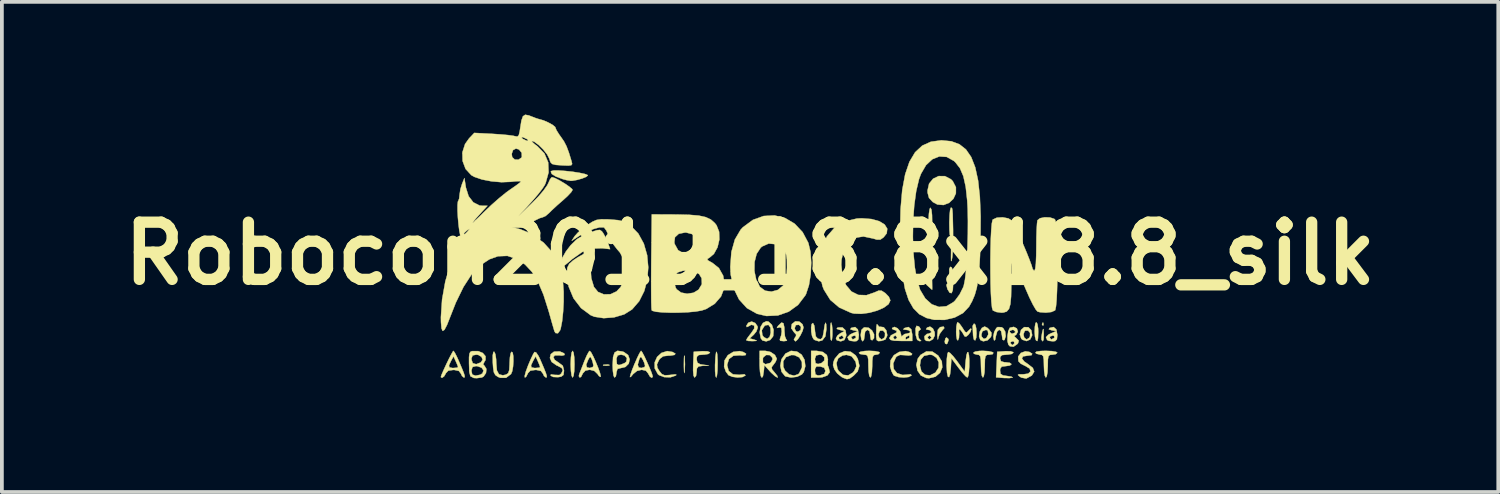
<source format=kicad_pcb>
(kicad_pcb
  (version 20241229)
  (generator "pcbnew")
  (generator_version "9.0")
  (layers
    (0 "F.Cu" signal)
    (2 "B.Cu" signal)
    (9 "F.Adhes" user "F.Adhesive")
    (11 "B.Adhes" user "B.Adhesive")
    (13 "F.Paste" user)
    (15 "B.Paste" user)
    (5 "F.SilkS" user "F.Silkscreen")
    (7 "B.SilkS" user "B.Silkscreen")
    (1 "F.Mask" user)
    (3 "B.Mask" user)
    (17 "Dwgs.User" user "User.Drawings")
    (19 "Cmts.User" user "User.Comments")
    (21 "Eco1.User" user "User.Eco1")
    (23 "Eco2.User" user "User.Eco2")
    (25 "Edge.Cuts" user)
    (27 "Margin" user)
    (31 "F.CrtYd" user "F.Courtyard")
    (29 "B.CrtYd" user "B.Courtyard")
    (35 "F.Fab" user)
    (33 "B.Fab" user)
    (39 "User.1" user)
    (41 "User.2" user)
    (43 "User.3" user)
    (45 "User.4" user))
  (footprint "Robocon2019_18.8x18.8_silk"
    (layer "F.Cu")
    (at 16.916 3.698)
    (property "Reference" "Robocon2019_18.8x18.8_silk" (at 0 0 0) (layer "F.SilkS") (effects (font (size 1.524 1.524) (thickness 0.3))))
    (attr through_hole)
    (fp_poly (pts (xy 7.806 1.846) (xy 7.812 1.906) (xy 7.806 1.913) (xy 7.776 1.906) (xy 7.772 1.88) (xy 7.791 1.838) (xy 7.806 1.846)) (stroke (width 0.01) (type solid)) (fill yes) (layer "F.SilkS"))
    (fp_poly (pts (xy -3.746 2.964) (xy -3.744 2.981) (xy -3.823 2.987) (xy -3.835 2.987) (xy -3.914 2.98) (xy -3.907 2.965) (xy -3.898 2.962) (xy -3.787 2.955) (xy -3.746 2.964)) (stroke (width 0.01) (type solid)) (fill yes) (layer "F.SilkS"))
    (fp_poly (pts (xy 5.278 2.276) (xy 5.283 2.308) (xy 5.252 2.395) (xy 5.232 2.413) (xy 5.192 2.397) (xy 5.182 2.34) (xy 5.202 2.256) (xy 5.232 2.235) (xy 5.278 2.276)) (stroke (width 0.01) (type solid)) (fill yes) (layer "F.SilkS"))
    (fp_poly (pts (xy 7.816 2.097) (xy 7.817 2.146) (xy 7.814 2.289) (xy 7.792 2.337) (xy 7.759 2.299) (xy 7.756 2.227) (xy 7.775 2.108) (xy 7.799 2.015) (xy 7.81 2.009) (xy 7.816 2.097)) (stroke (width 0.01) (type solid)) (fill yes) (layer "F.SilkS"))
    (fp_poly (pts (xy -1.744 2.729) (xy -1.741 2.756) (xy -1.733 2.947) (xy -1.741 3.137) (xy -1.75 3.182) (xy -1.757 3.135) (xy -1.761 3.009) (xy -1.761 2.946) (xy -1.759 2.794) (xy -1.753 2.718) (xy -1.744 2.729)) (stroke (width 0.01) (type solid)) (fill yes) (layer "F.SilkS"))
    (fp_poly (pts (xy 2.18 1.906) (xy 2.191 2.031) (xy 2.191 2.171) (xy 2.181 2.283) (xy 2.167 2.32) (xy 2.149 2.294) (xy 2.137 2.191) (xy 2.134 2.083) (xy 2.138 1.938) (xy 2.149 1.85) (xy 2.159 1.837) (xy 2.18 1.906)) (stroke (width 0.01) (type solid)) (fill yes) (layer "F.SilkS"))
    (fp_poly (pts (xy 5.171 1.986) (xy 5.118 2.045) (xy 5.046 2.143) (xy 5.014 2.235) (xy 4.999 2.294) (xy 4.99 2.258) (xy 4.985 2.177) (xy 4.999 2.03) (xy 5.059 1.961) (xy 5.062 1.96) (xy 5.154 1.946) (xy 5.171 1.986)) (stroke (width 0.01) (type solid)) (fill yes) (layer "F.SilkS"))
    (fp_poly (pts (xy 7.649 1.875) (xy 7.668 1.993) (xy 7.671 2.083) (xy 7.665 2.255) (xy 7.647 2.331) (xy 7.616 2.316) (xy 7.606 2.299) (xy 7.584 2.211) (xy 7.576 2.082) (xy 7.581 1.951) (xy 7.598 1.855) (xy 7.618 1.829) (xy 7.649 1.875)) (stroke (width 0.01) (type solid)) (fill yes) (layer "F.SilkS"))
    (fp_poly (pts (xy -0.873 2.688) (xy -0.864 2.86) (xy -0.864 2.938) (xy -0.868 3.116) (xy -0.881 3.245) (xy -0.899 3.301) (xy -0.902 3.302) (xy -0.92 3.256) (xy -0.931 3.134) (xy -0.932 2.968) (xy -0.921 2.756) (xy -0.905 2.638) (xy -0.888 2.615) (xy -0.873 2.688)) (stroke (width 0.01) (type solid)) (fill yes) (layer "F.SilkS"))
    (fp_poly (pts (xy 6 1.902) (xy 6.021 2.001) (xy 6.028 2.127) (xy 6.02 2.242) (xy 5.994 2.311) (xy 5.99 2.314) (xy 5.958 2.289) (xy 5.938 2.192) (xy 5.936 2.162) (xy 5.93 2.027) (xy 5.924 1.936) (xy 5.923 1.93) (xy 5.957 1.871) (xy 5.968 1.867) (xy 6 1.902)) (stroke (width 0.01) (type solid)) (fill yes) (layer "F.SilkS"))
    (fp_poly (pts (xy 4.493 1.944) (xy 4.511 1.961) (xy 4.543 2.019) (xy 4.523 2.032) (xy 4.482 2.072) (xy 4.472 2.162) (xy 4.492 2.255) (xy 4.534 2.303) (xy 4.556 2.326) (xy 4.514 2.333) (xy 4.448 2.298) (xy 4.412 2.177) (xy 4.41 2.158) (xy 4.404 1.998) (xy 4.433 1.925) (xy 4.493 1.944)) (stroke (width 0.01) (type solid)) (fill yes) (layer "F.SilkS"))
    (fp_poly (pts (xy -4.698 2.638) (xy -4.68 2.764) (xy -4.674 2.946) (xy -4.674 2.946) (xy -4.68 3.129) (xy -4.698 3.255) (xy -4.724 3.302) (xy -4.724 3.302) (xy -4.75 3.255) (xy -4.768 3.129) (xy -4.775 2.947) (xy -4.775 2.946) (xy -4.768 2.764) (xy -4.75 2.638) (xy -4.724 2.591) (xy -4.724 2.591) (xy -4.698 2.638)) (stroke (width 0.01) (type solid)) (fill yes) (layer "F.SilkS"))
    (fp_poly (pts (xy 5.188 -2.059) (xy 5.346 -1.977) (xy 5.397 -1.925) (xy 5.48 -1.763) (xy 5.479 -1.601) (xy 5.413 -1.457) (xy 5.298 -1.348) (xy 5.15 -1.291) (xy 4.987 -1.304) (xy 4.863 -1.371) (xy 4.763 -1.48) (xy 4.726 -1.618) (xy 4.724 -1.676) (xy 4.766 -1.86) (xy 4.873 -1.991) (xy 5.022 -2.061) (xy 5.188 -2.059)) (stroke (width 0.01) (type solid)) (fill yes) (layer "F.SilkS"))
    (fp_poly (pts (xy 5.366 0.369) (xy 5.387 0.421) (xy 5.399 0.53) (xy 5.405 0.716) (xy 5.407 0.8) (xy 5.397 0.972) (xy 5.364 1.055) (xy 5.314 1.045) (xy 5.254 0.949) (xy 5.227 0.839) (xy 5.263 0.773) (xy 5.303 0.68) (xy 5.304 0.535) (xy 5.302 0.415) (xy 5.327 0.357) (xy 5.334 0.356) (xy 5.366 0.369)) (stroke (width 0.01) (type solid)) (fill yes) (layer "F.SilkS"))
    (fp_poly (pts (xy -5.091 -2.21) (xy -4.914 -2.197) (xy -4.722 -2.176) (xy -4.542 -2.148) (xy -4.401 -2.118) (xy -4.324 -2.088) (xy -4.318 -2.078) (xy -4.362 -2.041) (xy -4.469 -1.997) (xy -4.604 -1.959) (xy -4.729 -1.937) (xy -4.775 -1.935) (xy -4.881 -1.953) (xy -4.981 -1.979) (xy -5.165 -2.047) (xy -5.277 -2.116) (xy -5.304 -2.178) (xy -5.294 -2.194) (xy -5.226 -2.21) (xy -5.091 -2.21)) (stroke (width 0.01) (type solid)) (fill yes) (layer "F.SilkS"))
    (fp_poly (pts (xy 4.787 0.276) (xy 4.816 0.366) (xy 4.837 0.519) (xy 4.843 0.624) (xy 4.846 0.795) (xy 4.848 0.918) (xy 4.846 0.965) (xy 4.846 0.965) (xy 4.81 0.935) (xy 4.726 0.859) (xy 4.704 0.838) (xy 4.623 0.752) (xy 4.625 0.714) (xy 4.646 0.711) (xy 4.697 0.684) (xy 4.72 0.591) (xy 4.724 0.478) (xy 4.734 0.324) (xy 4.757 0.259) (xy 4.787 0.276)) (stroke (width 0.01) (type solid)) (fill yes) (layer "F.SilkS"))
    (fp_poly (pts (xy 4.828 -1.169) (xy 4.844 -1.022) (xy 4.848 -0.78) (xy 4.847 -0.699) (xy 4.841 -0.375) (xy 4.836 -0.139) (xy 4.83 0.023) (xy 4.821 0.124) (xy 4.81 0.179) (xy 4.796 0.2) (xy 4.783 0.203) (xy 4.768 0.155) (xy 4.756 0.024) (xy 4.747 -0.172) (xy 4.744 -0.416) (xy 4.744 -0.508) (xy 4.749 -0.831) (xy 4.761 -1.058) (xy 4.781 -1.188) (xy 4.801 -1.219) (xy 4.828 -1.169)) (stroke (width 0.01) (type solid)) (fill yes) (layer "F.SilkS"))
    (fp_poly (pts (xy 6.693 1.962) (xy 6.737 1.987) (xy 6.791 2.078) (xy 6.805 2.197) (xy 6.776 2.294) (xy 6.756 2.311) (xy 6.72 2.292) (xy 6.706 2.193) (xy 6.706 2.187) (xy 6.683 2.066) (xy 6.632 2.029) (xy 6.577 2.075) (xy 6.544 2.197) (xy 6.525 2.294) (xy 6.499 2.316) (xy 6.494 2.311) (xy 6.475 2.211) (xy 6.5 2.085) (xy 6.556 1.984) (xy 6.59 1.958) (xy 6.693 1.962)) (stroke (width 0.01) (type solid)) (fill yes) (layer "F.SilkS"))
    (fp_poly (pts (xy 0.888 1.856) (xy 0.912 1.967) (xy 0.914 2.053) (xy 0.928 2.205) (xy 0.964 2.293) (xy 0.978 2.303) (xy 0.982 2.322) (xy 0.903 2.333) (xy 0.899 2.333) (xy 0.801 2.323) (xy 0.792 2.281) (xy 0.796 2.273) (xy 0.829 2.176) (xy 0.843 2.075) (xy 0.833 1.979) (xy 0.784 1.964) (xy 0.767 1.97) (xy 0.714 1.982) (xy 0.734 1.942) (xy 0.756 1.915) (xy 0.837 1.839) (xy 0.888 1.856)) (stroke (width 0.01) (type solid)) (fill yes) (layer "F.SilkS"))
    (fp_poly (pts (xy 3.157 1.977) (xy 3.247 2.049) (xy 3.301 2.151) (xy 3.3 2.253) (xy 3.251 2.311) (xy 3.215 2.292) (xy 3.2 2.193) (xy 3.2 2.187) (xy 3.179 2.065) (xy 3.124 2.032) (xy 3.064 2.077) (xy 3.048 2.184) (xy 3.033 2.291) (xy 2.998 2.337) (xy 2.997 2.337) (xy 2.963 2.292) (xy 2.947 2.183) (xy 2.946 2.165) (xy 2.964 2.035) (xy 3.026 1.974) (xy 3.049 1.966) (xy 3.157 1.977)) (stroke (width 0.01) (type solid)) (fill yes) (layer "F.SilkS"))
    (fp_poly (pts (xy 2.026 1.88) (xy 2.032 2.013) (xy 2.005 2.205) (xy 1.924 2.312) (xy 1.829 2.337) (xy 1.722 2.303) (xy 1.687 2.276) (xy 1.651 2.202) (xy 1.63 2.089) (xy 1.626 1.97) (xy 1.64 1.88) (xy 1.671 1.852) (xy 1.676 1.854) (xy 1.711 1.922) (xy 1.727 2.045) (xy 1.727 2.062) (xy 1.75 2.207) (xy 1.806 2.268) (xy 1.883 2.281) (xy 1.93 2.232) (xy 1.958 2.103) (xy 1.965 2.048) (xy 1.988 1.898) (xy 2.009 1.841) (xy 2.026 1.88)) (stroke (width 0.01) (type solid)) (fill yes) (layer "F.SilkS"))
    (fp_poly (pts (xy 7.407 1.962) (xy 7.485 2.04) (xy 7.509 2.169) (xy 7.508 2.18) (xy 7.456 2.289) (xy 7.357 2.331) (xy 7.248 2.295) (xy 7.218 2.265) (xy 7.18 2.153) (xy 7.276 2.153) (xy 7.299 2.242) (xy 7.362 2.286) (xy 7.366 2.286) (xy 7.429 2.245) (xy 7.451 2.206) (xy 7.453 2.112) (xy 7.402 2.052) (xy 7.329 2.053) (xy 7.308 2.069) (xy 7.276 2.153) (xy 7.18 2.153) (xy 7.18 2.152) (xy 7.214 2.032) (xy 7.298 1.96) (xy 7.407 1.962)) (stroke (width 0.01) (type solid)) (fill yes) (layer "F.SilkS"))
    (fp_poly (pts (xy -3.946 -0.592) (xy -3.912 -0.547) (xy -3.84 -0.419) (xy -3.781 -0.278) (xy -3.725 -0.116) (xy -3.939 -0.14) (xy -4.213 -0.132) (xy -4.471 -0.038) (xy -4.733 0.148) (xy -4.741 0.155) (xy -4.867 0.262) (xy -4.961 0.335) (xy -4.999 0.356) (xy -5.022 0.312) (xy -5.029 0.236) (xy -4.994 0.108) (xy -4.902 -0.054) (xy -4.774 -0.221) (xy -4.632 -0.361) (xy -4.589 -0.394) (xy -4.449 -0.475) (xy -4.272 -0.555) (xy -4.216 -0.575) (xy -4.076 -0.62) (xy -3.998 -0.627) (xy -3.946 -0.592)) (stroke (width 0.01) (type solid)) (fill yes) (layer "F.SilkS"))
    (fp_poly (pts (xy -1.143 2.602) (xy -1.071 2.627) (xy -1.067 2.639) (xy -1.111 2.674) (xy -1.221 2.692) (xy -1.245 2.692) (xy -1.365 2.702) (xy -1.414 2.745) (xy -1.422 2.816) (xy -1.403 2.906) (xy -1.327 2.949) (xy -1.257 2.96) (xy -1.092 2.981) (xy -1.257 2.989) (xy -1.371 3.006) (xy -1.416 3.061) (xy -1.422 3.15) (xy -1.438 3.257) (xy -1.475 3.302) (xy -1.476 3.302) (xy -1.504 3.254) (xy -1.516 3.117) (xy -1.514 2.959) (xy -1.499 2.616) (xy -1.283 2.601) (xy -1.143 2.602)) (stroke (width 0.01) (type solid)) (fill yes) (layer "F.SilkS"))
    (fp_poly (pts (xy 3.328 2.599) (xy 3.429 2.621) (xy 3.454 2.642) (xy 3.412 2.683) (xy 3.353 2.692) (xy 3.296 2.704) (xy 3.265 2.752) (xy 3.253 2.862) (xy 3.251 2.997) (xy 3.243 3.16) (xy 3.223 3.27) (xy 3.2 3.302) (xy 3.173 3.256) (xy 3.155 3.135) (xy 3.15 2.997) (xy 3.147 2.828) (xy 3.132 2.737) (xy 3.096 2.7) (xy 3.027 2.692) (xy 3.023 2.692) (xy 2.927 2.675) (xy 2.896 2.642) (xy 2.942 2.614) (xy 3.06 2.595) (xy 3.175 2.591) (xy 3.328 2.599)) (stroke (width 0.01) (type solid)) (fill yes) (layer "F.SilkS"))
    (fp_poly (pts (xy 6.318 1.98) (xy 6.358 2.017) (xy 6.427 2.109) (xy 6.421 2.194) (xy 6.404 2.229) (xy 6.318 2.313) (xy 6.207 2.337) (xy 6.13 2.303) (xy 6.096 2.209) (xy 6.101 2.169) (xy 6.156 2.169) (xy 6.168 2.216) (xy 6.223 2.274) (xy 6.289 2.252) (xy 6.337 2.164) (xy 6.341 2.142) (xy 6.327 2.051) (xy 6.28 2.032) (xy 6.184 2.071) (xy 6.156 2.169) (xy 6.101 2.169) (xy 6.112 2.085) (xy 6.169 1.984) (xy 6.175 1.979) (xy 6.245 1.944) (xy 6.318 1.98)) (stroke (width 0.01) (type solid)) (fill yes) (layer "F.SilkS"))
    (fp_poly (pts (xy 6.346 2.6) (xy 6.452 2.624) (xy 6.477 2.642) (xy 6.459 2.679) (xy 6.378 2.692) (xy 6.306 2.698) (xy 6.267 2.733) (xy 6.252 2.819) (xy 6.248 2.981) (xy 6.248 2.997) (xy 6.241 3.16) (xy 6.221 3.27) (xy 6.198 3.302) (xy 6.171 3.256) (xy 6.152 3.135) (xy 6.147 2.997) (xy 6.143 2.827) (xy 6.127 2.735) (xy 6.09 2.698) (xy 6.045 2.692) (xy 5.963 2.671) (xy 5.944 2.642) (xy 5.989 2.612) (xy 6.106 2.594) (xy 6.195 2.591) (xy 6.346 2.6)) (stroke (width 0.01) (type solid)) (fill yes) (layer "F.SilkS"))
    (fp_poly (pts (xy 8.035 2.598) (xy 8.146 2.618) (xy 8.179 2.642) (xy 8.135 2.68) (xy 8.052 2.692) (xy 7.981 2.699) (xy 7.943 2.734) (xy 7.928 2.822) (xy 7.925 2.987) (xy 7.925 2.997) (xy 7.917 3.16) (xy 7.897 3.27) (xy 7.874 3.302) (xy 7.847 3.256) (xy 7.829 3.135) (xy 7.823 2.997) (xy 7.819 2.827) (xy 7.803 2.734) (xy 7.766 2.698) (xy 7.725 2.692) (xy 7.627 2.669) (xy 7.595 2.642) (xy 7.622 2.612) (xy 7.739 2.595) (xy 7.871 2.591) (xy 8.035 2.598)) (stroke (width 0.01) (type solid)) (fill yes) (layer "F.SilkS"))
    (fp_poly (pts (xy -0.182 2.622) (xy -0.106 2.668) (xy -0.118 2.704) (xy -0.205 2.716) (xy -0.271 2.709) (xy -0.443 2.721) (xy -0.561 2.808) (xy -0.609 2.958) (xy -0.61 2.972) (xy -0.569 3.127) (xy -0.457 3.216) (xy -0.288 3.23) (xy -0.267 3.227) (xy -0.148 3.215) (xy -0.122 3.241) (xy -0.125 3.248) (xy -0.201 3.289) (xy -0.331 3.3) (xy -0.47 3.282) (xy -0.574 3.239) (xy -0.644 3.145) (xy -0.691 3.013) (xy -0.679 2.845) (xy -0.591 2.707) (xy -0.449 2.619) (xy -0.278 2.598) (xy -0.182 2.622)) (stroke (width 0.01) (type solid)) (fill yes) (layer "F.SilkS"))
    (fp_poly (pts (xy 0.138 1.851) (xy 0.198 1.937) (xy 0.203 1.975) (xy 0.168 2.076) (xy 0.097 2.163) (xy -0.01 2.26) (xy 0.109 2.293) (xy 0.177 2.316) (xy 0.155 2.327) (xy 0.064 2.332) (xy -0.049 2.327) (xy -0.101 2.308) (xy -0.102 2.306) (xy -0.072 2.251) (xy 0.002 2.153) (xy 0.028 2.121) (xy 0.112 1.996) (xy 0.11 1.919) (xy 0.107 1.915) (xy 0.03 1.897) (xy -0.023 1.929) (xy -0.086 1.959) (xy -0.099 1.925) (xy -0.054 1.853) (xy -0.043 1.841) (xy 0.044 1.812) (xy 0.138 1.851)) (stroke (width 0.01) (type solid)) (fill yes) (layer "F.SilkS"))
    (fp_poly (pts (xy 0.488 1.812) (xy 0.58 1.896) (xy 0.627 2.035) (xy 0.617 2.188) (xy 0.61 2.21) (xy 0.536 2.302) (xy 0.43 2.339) (xy 0.33 2.315) (xy 0.285 2.256) (xy 0.256 2.1) (xy 0.265 2.043) (xy 0.312 2.043) (xy 0.327 2.171) (xy 0.366 2.226) (xy 0.454 2.272) (xy 0.519 2.224) (xy 0.55 2.111) (xy 0.543 1.972) (xy 0.491 1.9) (xy 0.408 1.911) (xy 0.383 1.929) (xy 0.312 2.043) (xy 0.265 2.043) (xy 0.279 1.956) (xy 0.343 1.848) (xy 0.435 1.803) (xy 0.488 1.812)) (stroke (width 0.01) (type solid)) (fill yes) (layer "F.SilkS"))
    (fp_poly (pts (xy -2.062 2.622) (xy -1.987 2.666) (xy -2.008 2.699) (xy -2.117 2.717) (xy -2.169 2.718) (xy -2.312 2.735) (xy -2.4 2.802) (xy -2.433 2.852) (xy -2.479 2.955) (xy -2.467 3.04) (xy -2.418 3.124) (xy -2.348 3.211) (xy -2.269 3.243) (xy -2.139 3.234) (xy -2.116 3.231) (xy -1.991 3.217) (xy -1.959 3.23) (xy -1.981 3.25) (xy -2.122 3.296) (xy -2.287 3.29) (xy -2.426 3.236) (xy -2.456 3.209) (xy -2.538 3.057) (xy -2.539 2.898) (xy -2.474 2.753) (xy -2.358 2.646) (xy -2.206 2.598) (xy -2.062 2.622)) (stroke (width 0.01) (type solid)) (fill yes) (layer "F.SilkS"))
    (fp_poly (pts (xy 2.539 2.042) (xy 2.561 2.17) (xy 2.556 2.197) (xy 2.51 2.304) (xy 2.417 2.337) (xy 2.407 2.337) (xy 2.31 2.31) (xy 2.286 2.262) (xy 2.3 2.235) (xy 2.362 2.235) (xy 2.374 2.279) (xy 2.41 2.286) (xy 2.48 2.259) (xy 2.489 2.235) (xy 2.453 2.186) (xy 2.441 2.184) (xy 2.373 2.221) (xy 2.362 2.235) (xy 2.3 2.235) (xy 2.326 2.184) (xy 2.4 2.126) (xy 2.515 2.064) (xy 2.388 2.033) (xy 2.307 2.006) (xy 2.32 1.98) (xy 2.345 1.97) (xy 2.46 1.968) (xy 2.539 2.042)) (stroke (width 0.01) (type solid)) (fill yes) (layer "F.SilkS"))
    (fp_poly (pts (xy 4.238 2.622) (xy 4.314 2.668) (xy 4.303 2.702) (xy 4.217 2.715) (xy 4.133 2.707) (xy 3.991 2.699) (xy 3.905 2.739) (xy 3.879 2.77) (xy 3.809 2.93) (xy 3.825 3.076) (xy 3.912 3.184) (xy 4.058 3.233) (xy 4.153 3.227) (xy 4.272 3.215) (xy 4.298 3.241) (xy 4.295 3.248) (xy 4.22 3.287) (xy 4.091 3.301) (xy 3.95 3.289) (xy 3.841 3.254) (xy 3.817 3.234) (xy 3.766 3.136) (xy 3.728 3.008) (xy 3.74 2.843) (xy 3.829 2.707) (xy 3.97 2.62) (xy 4.14 2.598) (xy 4.238 2.622)) (stroke (width 0.01) (type solid)) (fill yes) (layer "F.SilkS"))
    (fp_poly (pts (xy 5.366 -1.217) (xy 5.379 -1.198) (xy 5.387 -1.148) (xy 5.394 -1.048) (xy 5.398 -0.882) (xy 5.404 -0.634) (xy 5.404 -0.587) (xy 5.405 -0.344) (xy 5.399 -0.116) (xy 5.386 0.064) (xy 5.378 0.124) (xy 5.361 0.203) (xy 5.351 0.194) (xy 5.349 0.093) (xy 5.351 -0.064) (xy 5.351 -0.249) (xy 5.345 -0.387) (xy 5.333 -0.455) (xy 5.33 -0.457) (xy 5.316 -0.504) (xy 5.307 -0.627) (xy 5.304 -0.802) (xy 5.304 -0.838) (xy 5.311 -1.02) (xy 5.325 -1.155) (xy 5.343 -1.217) (xy 5.347 -1.219) (xy 5.366 -1.217)) (stroke (width 0.01) (type solid)) (fill yes) (layer "F.SilkS"))
    (fp_poly (pts (xy 5.576 1.868) (xy 5.646 1.965) (xy 5.658 1.984) (xy 5.722 2.083) (xy 5.765 2.103) (xy 5.814 2.055) (xy 5.82 2.048) (xy 5.873 1.997) (xy 5.891 2.01) (xy 5.867 2.087) (xy 5.81 2.165) (xy 5.748 2.214) (xy 5.71 2.204) (xy 5.662 2.119) (xy 5.621 2.059) (xy 5.577 2.01) (xy 5.563 2.04) (xy 5.567 2.128) (xy 5.561 2.247) (xy 5.533 2.314) (xy 5.532 2.315) (xy 5.506 2.286) (xy 5.49 2.181) (xy 5.486 2.086) (xy 5.493 1.94) (xy 5.512 1.847) (xy 5.526 1.829) (xy 5.576 1.868)) (stroke (width 0.01) (type solid)) (fill yes) (layer "F.SilkS"))
    (fp_poly (pts (xy 2.869 2.021) (xy 2.896 2.163) (xy 2.896 2.164) (xy 2.885 2.283) (xy 2.839 2.33) (xy 2.777 2.337) (xy 2.67 2.324) (xy 2.625 2.303) (xy 2.597 2.235) (xy 2.692 2.235) (xy 2.729 2.285) (xy 2.74 2.286) (xy 2.809 2.249) (xy 2.819 2.235) (xy 2.808 2.192) (xy 2.772 2.184) (xy 2.702 2.211) (xy 2.692 2.235) (xy 2.597 2.235) (xy 2.594 2.228) (xy 2.661 2.158) (xy 2.731 2.123) (xy 2.87 2.065) (xy 2.748 2.044) (xy 2.67 2.019) (xy 2.688 1.984) (xy 2.692 1.981) (xy 2.797 1.957) (xy 2.869 2.021)) (stroke (width 0.01) (type solid)) (fill yes) (layer "F.SilkS"))
    (fp_poly (pts (xy 3.387 1.889) (xy 3.436 1.95) (xy 3.475 1.951) (xy 3.559 1.963) (xy 3.626 2.045) (xy 3.651 2.164) (xy 3.649 2.194) (xy 3.601 2.291) (xy 3.493 2.327) (xy 3.412 2.332) (xy 3.371 2.304) (xy 3.358 2.222) (xy 3.358 2.153) (xy 3.415 2.153) (xy 3.438 2.242) (xy 3.501 2.286) (xy 3.505 2.286) (xy 3.568 2.245) (xy 3.59 2.206) (xy 3.592 2.112) (xy 3.541 2.052) (xy 3.469 2.053) (xy 3.448 2.069) (xy 3.415 2.153) (xy 3.358 2.153) (xy 3.359 2.073) (xy 3.365 1.941) (xy 3.377 1.879) (xy 3.387 1.889)) (stroke (width 0.01) (type solid)) (fill yes) (layer "F.SilkS"))
    (fp_poly (pts (xy 4.866 1.995) (xy 4.913 2.095) (xy 4.917 2.18) (xy 4.871 2.278) (xy 4.782 2.332) (xy 4.69 2.326) (xy 4.65 2.289) (xy 4.645 2.235) (xy 4.724 2.235) (xy 4.763 2.285) (xy 4.775 2.286) (xy 4.825 2.247) (xy 4.826 2.235) (xy 4.787 2.186) (xy 4.775 2.184) (xy 4.726 2.223) (xy 4.724 2.235) (xy 4.645 2.235) (xy 4.642 2.201) (xy 4.708 2.141) (xy 4.753 2.134) (xy 4.818 2.105) (xy 4.826 2.083) (xy 4.784 2.039) (xy 4.74 2.032) (xy 4.684 2.018) (xy 4.712 1.973) (xy 4.791 1.946) (xy 4.866 1.995)) (stroke (width 0.01) (type solid)) (fill yes) (layer "F.SilkS"))
    (fp_poly (pts (xy 8.152 2.021) (xy 8.179 2.163) (xy 8.179 2.164) (xy 8.168 2.283) (xy 8.122 2.33) (xy 8.06 2.337) (xy 7.954 2.324) (xy 7.908 2.303) (xy 7.88 2.235) (xy 7.976 2.235) (xy 8.012 2.285) (xy 8.023 2.286) (xy 8.092 2.249) (xy 8.103 2.235) (xy 8.091 2.192) (xy 8.055 2.184) (xy 7.985 2.211) (xy 7.976 2.235) (xy 7.88 2.235) (xy 7.877 2.228) (xy 7.944 2.158) (xy 8.014 2.123) (xy 8.153 2.065) (xy 8.031 2.044) (xy 7.953 2.019) (xy 7.971 1.984) (xy 7.975 1.981) (xy 8.08 1.957) (xy 8.152 2.021)) (stroke (width 0.01) (type solid)) (fill yes) (layer "F.SilkS"))
    (fp_poly (pts (xy 1.31 1.812) (xy 1.396 1.884) (xy 1.422 1.967) (xy 1.399 2.059) (xy 1.342 2.176) (xy 1.274 2.281) (xy 1.216 2.335) (xy 1.208 2.337) (xy 1.169 2.298) (xy 1.168 2.289) (xy 1.205 2.22) (xy 1.22 2.209) (xy 1.226 2.158) (xy 1.166 2.091) (xy 1.102 1.996) (xy 1.185 1.996) (xy 1.222 2.067) (xy 1.27 2.083) (xy 1.335 2.046) (xy 1.349 2.028) (xy 1.355 1.95) (xy 1.301 1.898) (xy 1.227 1.904) (xy 1.213 1.916) (xy 1.185 1.996) (xy 1.102 1.996) (xy 1.095 1.985) (xy 1.112 1.878) (xy 1.204 1.806) (xy 1.31 1.812)) (stroke (width 0.01) (type solid)) (fill yes) (layer "F.SilkS"))
    (fp_poly (pts (xy 5.322 2.647) (xy 5.408 2.736) (xy 5.514 2.871) (xy 5.515 2.873) (xy 5.715 3.149) (xy 5.74 2.857) (xy 5.761 2.704) (xy 5.786 2.627) (xy 5.807 2.628) (xy 5.827 2.708) (xy 5.836 2.843) (xy 5.835 3.002) (xy 5.825 3.152) (xy 5.807 3.263) (xy 5.784 3.302) (xy 5.734 3.264) (xy 5.646 3.166) (xy 5.551 3.045) (xy 5.359 2.788) (xy 5.344 3.045) (xy 5.324 3.216) (xy 5.296 3.292) (xy 5.266 3.276) (xy 5.243 3.173) (xy 5.232 2.989) (xy 5.232 2.975) (xy 5.238 2.802) (xy 5.254 2.675) (xy 5.274 2.622) (xy 5.322 2.647)) (stroke (width 0.01) (type solid)) (fill yes) (layer "F.SilkS"))
    (fp_poly (pts (xy -6.78 2.68) (xy -6.76 2.813) (xy -6.756 2.919) (xy -6.74 3.111) (xy -6.684 3.216) (xy -6.582 3.242) (xy -6.495 3.224) (xy -6.438 3.186) (xy -6.41 3.102) (xy -6.401 2.946) (xy -6.401 2.921) (xy -6.392 2.762) (xy -6.37 2.65) (xy -6.35 2.616) (xy -6.319 2.638) (xy -6.303 2.731) (xy -6.3 2.864) (xy -6.309 3.009) (xy -6.331 3.134) (xy -6.363 3.209) (xy -6.494 3.308) (xy -6.649 3.308) (xy -6.711 3.284) (xy -6.779 3.237) (xy -6.819 3.164) (xy -6.839 3.038) (xy -6.848 2.902) (xy -6.85 2.712) (xy -6.832 2.62) (xy -6.81 2.615) (xy -6.78 2.68)) (stroke (width 0.01) (type solid)) (fill yes) (layer "F.SilkS"))
    (fp_poly (pts (xy 4.853 2.612) (xy 5.006 2.715) (xy 5.104 2.871) (xy 5.117 3.032) (xy 5.057 3.175) (xy 4.935 3.279) (xy 4.764 3.32) (xy 4.687 3.314) (xy 4.546 3.246) (xy 4.457 3.118) (xy 4.431 2.979) (xy 4.521 2.979) (xy 4.56 3.136) (xy 4.658 3.228) (xy 4.791 3.244) (xy 4.932 3.171) (xy 4.936 3.167) (xy 5.017 3.041) (xy 5.023 2.9) (xy 4.965 2.777) (xy 4.853 2.702) (xy 4.784 2.692) (xy 4.629 2.724) (xy 4.544 2.826) (xy 4.521 2.979) (xy 4.431 2.979) (xy 4.427 2.959) (xy 4.465 2.799) (xy 4.537 2.701) (xy 4.694 2.606) (xy 4.853 2.612)) (stroke (width 0.01) (type solid)) (fill yes) (layer "F.SilkS"))
    (fp_poly (pts (xy 7.435 2.62) (xy 7.511 2.668) (xy 7.493 2.706) (xy 7.386 2.72) (xy 7.384 2.72) (xy 7.265 2.739) (xy 7.236 2.794) (xy 7.298 2.875) (xy 7.389 2.938) (xy 7.526 3.044) (xy 7.564 3.143) (xy 7.504 3.242) (xy 7.488 3.255) (xy 7.352 3.328) (xy 7.221 3.303) (xy 7.178 3.276) (xy 7.129 3.232) (xy 7.154 3.215) (xy 7.263 3.217) (xy 7.403 3.198) (xy 7.465 3.14) (xy 7.443 3.064) (xy 7.331 2.995) (xy 7.323 2.992) (xy 7.208 2.934) (xy 7.143 2.867) (xy 7.143 2.867) (xy 7.138 2.742) (xy 7.209 2.647) (xy 7.327 2.604) (xy 7.435 2.62)) (stroke (width 0.01) (type solid)) (fill yes) (layer "F.SilkS"))
    (fp_poly (pts (xy -5.055 2.611) (xy -4.949 2.657) (xy -4.936 2.701) (xy -5.01 2.719) (xy -5.08 2.71) (xy -5.196 2.711) (xy -5.236 2.759) (xy -5.2 2.833) (xy -5.093 2.906) (xy -4.985 2.988) (xy -4.953 3.113) (xy -4.953 3.125) (xy -4.967 3.232) (xy -5.028 3.279) (xy -5.113 3.292) (xy -5.235 3.287) (xy -5.307 3.253) (xy -5.308 3.252) (xy -5.301 3.218) (xy -5.206 3.231) (xy -5.206 3.231) (xy -5.076 3.235) (xy -5.025 3.195) (xy -4.986 3.11) (xy -5.011 3.05) (xy -5.117 2.992) (xy -5.156 2.975) (xy -5.281 2.887) (xy -5.328 2.78) (xy -5.305 2.68) (xy -5.219 2.613) (xy -5.077 2.607) (xy -5.055 2.611)) (stroke (width 0.01) (type solid)) (fill yes) (layer "F.SilkS"))
    (fp_poly (pts (xy -3.403 2.608) (xy -3.36 2.622) (xy -3.246 2.703) (xy -3.205 2.817) (xy -3.23 2.933) (xy -3.318 3.02) (xy -3.435 3.048) (xy -3.528 3.071) (xy -3.556 3.157) (xy -3.556 3.175) (xy -3.573 3.27) (xy -3.607 3.302) (xy -3.633 3.255) (xy -3.651 3.132) (xy -3.658 2.97) (xy -3.651 2.84) (xy -3.556 2.84) (xy -3.545 2.942) (xy -3.497 2.969) (xy -3.442 2.959) (xy -3.337 2.916) (xy -3.294 2.879) (xy -3.278 2.785) (xy -3.342 2.714) (xy -3.434 2.692) (xy -3.523 2.711) (xy -3.554 2.786) (xy -3.556 2.84) (xy -3.651 2.84) (xy -3.647 2.759) (xy -3.607 2.637) (xy -3.529 2.59) (xy -3.403 2.608)) (stroke (width 0.01) (type solid)) (fill yes) (layer "F.SilkS"))
    (fp_poly (pts (xy 1.248 2.61) (xy 1.372 2.692) (xy 1.451 2.831) (xy 1.471 3) (xy 1.429 3.155) (xy 1.38 3.218) (xy 1.253 3.281) (xy 1.09 3.301) (xy 0.948 3.272) (xy 0.93 3.262) (xy 0.839 3.15) (xy 0.805 2.988) (xy 0.826 2.87) (xy 0.882 2.87) (xy 0.885 3.018) (xy 0.933 3.12) (xy 1.04 3.218) (xy 1.169 3.251) (xy 1.283 3.213) (xy 1.307 3.188) (xy 1.382 3.032) (xy 1.379 2.884) (xy 1.309 2.766) (xy 1.181 2.705) (xy 1.101 2.702) (xy 0.957 2.757) (xy 0.882 2.87) (xy 0.826 2.87) (xy 0.836 2.817) (xy 0.838 2.812) (xy 0.945 2.662) (xy 1.09 2.592) (xy 1.248 2.61)) (stroke (width 0.01) (type solid)) (fill yes) (layer "F.SilkS"))
    (fp_poly (pts (xy 2.68 2.616) (xy 2.811 2.711) (xy 2.868 2.806) (xy 2.911 2.991) (xy 2.863 3.142) (xy 2.756 3.252) (xy 2.652 3.328) (xy 2.578 3.345) (xy 2.483 3.31) (xy 2.438 3.287) (xy 2.321 3.192) (xy 2.246 3.086) (xy 2.208 2.971) (xy 2.218 2.913) (xy 2.3 2.913) (xy 2.325 3.064) (xy 2.358 3.125) (xy 2.475 3.23) (xy 2.611 3.245) (xy 2.738 3.169) (xy 2.775 3.122) (xy 2.829 3.005) (xy 2.814 2.895) (xy 2.802 2.867) (xy 2.706 2.738) (xy 2.569 2.698) (xy 2.464 2.713) (xy 2.349 2.786) (xy 2.3 2.913) (xy 2.218 2.913) (xy 2.228 2.864) (xy 2.259 2.796) (xy 2.376 2.658) (xy 2.526 2.598) (xy 2.68 2.616)) (stroke (width 0.01) (type solid)) (fill yes) (layer "F.SilkS"))
    (fp_poly (pts (xy 6.935 2.602) (xy 7.006 2.627) (xy 7.01 2.639) (xy 6.966 2.674) (xy 6.856 2.692) (xy 6.833 2.692) (xy 6.71 2.704) (xy 6.661 2.748) (xy 6.655 2.794) (xy 6.679 2.868) (xy 6.768 2.895) (xy 6.807 2.896) (xy 6.914 2.91) (xy 6.96 2.946) (xy 6.96 2.946) (xy 6.915 2.982) (xy 6.809 2.997) (xy 6.807 2.997) (xy 6.698 3.011) (xy 6.658 3.069) (xy 6.655 3.121) (xy 6.669 3.205) (xy 6.733 3.245) (xy 6.845 3.261) (xy 6.954 3.277) (xy 6.991 3.297) (xy 6.985 3.303) (xy 6.905 3.316) (xy 6.771 3.314) (xy 6.741 3.312) (xy 6.549 3.296) (xy 6.564 2.956) (xy 6.579 2.616) (xy 6.795 2.601) (xy 6.935 2.602)) (stroke (width 0.01) (type solid)) (fill yes) (layer "F.SilkS"))
    (fp_poly (pts (xy -4.23 2.634) (xy -4.172 2.744) (xy -4.105 2.892) (xy -4.041 3.048) (xy -3.994 3.183) (xy -3.974 3.269) (xy -3.977 3.283) (xy -4.018 3.267) (xy -4.062 3.205) (xy -4.148 3.124) (xy -4.269 3.094) (xy -4.383 3.117) (xy -4.453 3.192) (xy -4.456 3.2) (xy -4.498 3.283) (xy -4.533 3.302) (xy -4.558 3.264) (xy -4.547 3.213) (xy -4.509 3.117) (xy -4.45 2.966) (xy -4.448 2.962) (xy -4.363 2.962) (xy -4.343 3.031) (xy -4.267 3.048) (xy -4.186 3.022) (xy -4.169 2.985) (xy -4.19 2.886) (xy -4.212 2.821) (xy -4.245 2.752) (xy -4.276 2.769) (xy -4.31 2.83) (xy -4.363 2.962) (xy -4.448 2.962) (xy -4.408 2.857) (xy -4.345 2.712) (xy -4.292 2.615) (xy -4.268 2.591) (xy -4.23 2.634)) (stroke (width 0.01) (type solid)) (fill yes) (layer "F.SilkS"))
    (fp_poly (pts (xy -5.694 2.635) (xy -5.63 2.73) (xy -5.585 2.824) (xy -5.492 3.041) (xy -5.436 3.181) (xy -5.412 3.261) (xy -5.415 3.295) (xy -5.433 3.302) (xy -5.484 3.26) (xy -5.512 3.2) (xy -5.569 3.125) (xy -5.69 3.099) (xy -5.715 3.099) (xy -5.848 3.118) (xy -5.913 3.186) (xy -5.918 3.2) (xy -5.962 3.282) (xy -5.994 3.302) (xy -5.999 3.259) (xy -5.97 3.147) (xy -5.912 2.99) (xy -5.91 2.985) (xy -5.906 2.974) (xy -5.83 2.974) (xy -5.821 3.031) (xy -5.74 3.048) (xy -5.715 3.048) (xy -5.619 3.04) (xy -5.588 3.025) (xy -5.607 2.967) (xy -5.648 2.87) (xy -5.708 2.738) (xy -5.773 2.855) (xy -5.83 2.974) (xy -5.906 2.974) (xy -5.839 2.816) (xy -5.776 2.684) (xy -5.738 2.621) (xy -5.694 2.635)) (stroke (width 0.01) (type solid)) (fill yes) (layer "F.SilkS"))
    (fp_poly (pts (xy -2.868 2.633) (xy -2.811 2.742) (xy -2.743 2.888) (xy -2.675 3.043) (xy -2.62 3.178) (xy -2.592 3.266) (xy -2.591 3.278) (xy -2.614 3.309) (xy -2.663 3.279) (xy -2.705 3.209) (xy -2.707 3.2) (xy -2.772 3.12) (xy -2.885 3.095) (xy -3.01 3.126) (xy -3.113 3.21) (xy -3.115 3.213) (xy -3.173 3.283) (xy -3.198 3.29) (xy -3.181 3.218) (xy -3.136 3.09) (xy -3.083 2.96) (xy -2.99 2.96) (xy -2.965 3.032) (xy -2.896 3.048) (xy -2.813 3.025) (xy -2.794 2.994) (xy -2.816 2.91) (xy -2.853 2.83) (xy -2.899 2.754) (xy -2.927 2.765) (xy -2.951 2.821) (xy -2.99 2.96) (xy -3.083 2.96) (xy -3.073 2.936) (xy -3.006 2.782) (xy -2.946 2.659) (xy -2.905 2.594) (xy -2.899 2.591) (xy -2.868 2.633)) (stroke (width 0.01) (type solid)) (fill yes) (layer "F.SilkS"))
    (fp_poly (pts (xy 0.546 2.622) (xy 0.661 2.7) (xy 0.711 2.8) (xy 0.711 2.806) (xy 0.68 2.884) (xy 0.627 2.956) (xy 0.575 3.025) (xy 0.585 3.086) (xy 0.661 3.176) (xy 0.726 3.259) (xy 0.735 3.301) (xy 0.728 3.302) (xy 0.666 3.267) (xy 0.569 3.179) (xy 0.529 3.137) (xy 0.381 2.972) (xy 0.365 3.137) (xy 0.343 3.267) (xy 0.315 3.306) (xy 0.287 3.264) (xy 0.265 3.152) (xy 0.254 2.978) (xy 0.254 2.946) (xy 0.254 2.791) (xy 0.342 2.791) (xy 0.343 2.903) (xy 0.41 2.948) (xy 0.526 2.916) (xy 0.554 2.9) (xy 0.599 2.821) (xy 0.593 2.774) (xy 0.524 2.704) (xy 0.429 2.701) (xy 0.353 2.762) (xy 0.342 2.791) (xy 0.254 2.791) (xy 0.254 2.591) (xy 0.403 2.591) (xy 0.546 2.622)) (stroke (width 0.01) (type solid)) (fill yes) (layer "F.SilkS"))
    (fp_poly (pts (xy 1.937 2.621) (xy 2.044 2.702) (xy 2.073 2.819) (xy 2.069 2.843) (xy 2.068 2.974) (xy 2.096 3.05) (xy 2.121 3.16) (xy 2.059 3.245) (xy 1.922 3.295) (xy 1.823 3.302) (xy 1.626 3.302) (xy 1.626 3.124) (xy 1.727 3.124) (xy 1.741 3.219) (xy 1.805 3.246) (xy 1.867 3.242) (xy 1.976 3.205) (xy 2.007 3.124) (xy 1.973 3.041) (xy 1.867 3.007) (xy 1.766 3.008) (xy 1.73 3.065) (xy 1.727 3.124) (xy 1.626 3.124) (xy 1.626 2.819) (xy 1.727 2.819) (xy 1.744 2.92) (xy 1.809 2.942) (xy 1.901 2.916) (xy 1.976 2.849) (xy 1.977 2.764) (xy 1.911 2.702) (xy 1.854 2.692) (xy 1.758 2.713) (xy 1.728 2.796) (xy 1.727 2.819) (xy 1.626 2.819) (xy 1.626 2.591) (xy 1.768 2.591) (xy 1.937 2.621)) (stroke (width 0.01) (type solid)) (fill yes) (layer "F.SilkS"))
    (fp_poly (pts (xy -7.864 2.633) (xy -7.807 2.742) (xy -7.766 2.832) (xy -7.674 3.047) (xy -7.619 3.185) (xy -7.596 3.263) (xy -7.6 3.296) (xy -7.618 3.302) (xy -7.668 3.26) (xy -7.696 3.2) (xy -7.753 3.125) (xy -7.875 3.099) (xy -7.899 3.099) (xy -8.033 3.118) (xy -8.097 3.186) (xy -8.103 3.2) (xy -8.145 3.271) (xy -8.199 3.309) (xy -8.229 3.291) (xy -8.23 3.284) (xy -8.21 3.223) (xy -8.158 3.104) (xy -8.098 2.974) (xy -8.014 2.974) (xy -8.005 3.031) (xy -7.924 3.048) (xy -7.899 3.048) (xy -7.804 3.04) (xy -7.772 3.025) (xy -7.791 2.967) (xy -7.833 2.87) (xy -7.893 2.738) (xy -7.958 2.855) (xy -8.014 2.974) (xy -8.098 2.974) (xy -8.089 2.954) (xy -8.015 2.802) (xy -7.949 2.675) (xy -7.906 2.6) (xy -7.897 2.591) (xy -7.864 2.633)) (stroke (width 0.01) (type solid)) (fill yes) (layer "F.SilkS"))
    (fp_poly (pts (xy 7.102 1.995) (xy 7.128 2.078) (xy 7.126 2.087) (xy 7.081 2.167) (xy 7.046 2.184) (xy 7.037 2.208) (xy 7.088 2.255) (xy 7.152 2.32) (xy 7.134 2.386) (xy 7.117 2.408) (xy 7.014 2.481) (xy 6.916 2.469) (xy 6.876 2.426) (xy 6.86 2.361) (xy 6.93 2.361) (xy 6.934 2.388) (xy 6.978 2.436) (xy 6.985 2.438) (xy 7.025 2.403) (xy 7.036 2.388) (xy 7.024 2.345) (xy 6.985 2.337) (xy 6.93 2.361) (xy 6.86 2.361) (xy 6.852 2.33) (xy 6.853 2.193) (xy 6.871 2.083) (xy 6.909 2.083) (xy 6.95 2.128) (xy 6.985 2.134) (xy 7.053 2.106) (xy 7.061 2.083) (xy 7.02 2.038) (xy 6.985 2.032) (xy 6.917 2.059) (xy 6.909 2.083) (xy 6.871 2.083) (xy 6.875 2.061) (xy 6.913 1.979) (xy 6.919 1.975) (xy 7.02 1.953) (xy 7.102 1.995)) (stroke (width 0.01) (type solid)) (fill yes) (layer "F.SilkS"))
    (fp_poly (pts (xy 3.233 -0.917) (xy 3.44 -0.859) (xy 3.583 -0.771) (xy 3.652 -0.66) (xy 3.638 -0.537) (xy 3.554 -0.43) (xy 3.468 -0.37) (xy 3.375 -0.369) (xy 3.284 -0.397) (xy 3.018 -0.453) (xy 2.794 -0.418) (xy 2.617 -0.299) (xy 2.495 -0.101) (xy 2.434 0.171) (xy 2.428 0.301) (xy 2.461 0.602) (xy 2.555 0.841) (xy 2.698 1.011) (xy 2.883 1.103) (xy 3.099 1.11) (xy 3.311 1.037) (xy 3.425 0.987) (xy 3.504 0.992) (xy 3.601 1.055) (xy 3.694 1.152) (xy 3.734 1.247) (xy 3.734 1.249) (xy 3.687 1.348) (xy 3.563 1.44) (xy 3.385 1.519) (xy 3.177 1.577) (xy 2.964 1.606) (xy 2.769 1.599) (xy 2.689 1.58) (xy 2.373 1.437) (xy 2.135 1.235) (xy 1.966 0.964) (xy 1.931 0.878) (xy 1.841 0.497) (xy 1.851 0.103) (xy 1.906 -0.141) (xy 2.046 -0.454) (xy 2.253 -0.693) (xy 2.522 -0.854) (xy 2.847 -0.931) (xy 2.972 -0.937) (xy 3.233 -0.917)) (stroke (width 0.01) (type solid)) (fill yes) (layer "F.SilkS"))
    (fp_poly (pts (xy -7.114 2.649) (xy -7.042 2.734) (xy -7.042 2.835) (xy -7.07 2.881) (xy -7.105 2.951) (xy -7.066 2.994) (xy -7.018 3.074) (xy -7.03 3.182) (xy -7.092 3.273) (xy -7.137 3.299) (xy -7.273 3.318) (xy -7.353 3.314) (xy -7.444 3.267) (xy -7.473 3.159) (xy -7.474 3.124) (xy -7.417 3.124) (xy -7.395 3.222) (xy -7.313 3.251) (xy -7.3 3.251) (xy -7.181 3.227) (xy -7.123 3.191) (xy -7.095 3.112) (xy -7.146 3.04) (xy -7.255 3) (xy -7.296 2.997) (xy -7.388 3.02) (xy -7.416 3.106) (xy -7.417 3.124) (xy -7.474 3.124) (xy -7.481 2.918) (xy -7.481 2.819) (xy -7.417 2.819) (xy -7.382 2.92) (xy -7.29 2.947) (xy -7.168 2.9) (xy -7.119 2.828) (xy -7.148 2.751) (xy -7.235 2.699) (xy -7.288 2.692) (xy -7.386 2.713) (xy -7.416 2.794) (xy -7.417 2.819) (xy -7.481 2.819) (xy -7.481 2.76) (xy -7.47 2.667) (xy -7.446 2.62) (xy -7.406 2.601) (xy -7.397 2.599) (xy -7.239 2.598) (xy -7.114 2.649)) (stroke (width 0.01) (type solid)) (fill yes) (layer "F.SilkS"))
    (fp_poly (pts (xy 0.931 -0.945) (xy 1.185 -0.795) (xy 1.399 -0.569) (xy 1.551 -0.283) (xy 1.608 -0.046) (xy 1.628 0.245) (xy 1.614 0.553) (xy 1.568 0.842) (xy 1.491 1.076) (xy 1.471 1.115) (xy 1.278 1.368) (xy 1.029 1.548) (xy 0.741 1.649) (xy 0.436 1.663) (xy 0.185 1.605) (xy -0.084 1.453) (xy -0.293 1.224) (xy -0.438 0.926) (xy -0.515 0.565) (xy -0.52 0.47) (xy 0.116 0.47) (xy 0.165 0.703) (xy 0.264 0.89) (xy 0.4 0.99) (xy 0.57 1.015) (xy 0.741 0.969) (xy 0.879 0.854) (xy 0.938 0.745) (xy 0.971 0.599) (xy 0.983 0.385) (xy 0.983 0.358) (xy 0.981 0.162) (xy 0.964 0.036) (xy 0.925 -0.052) (xy 0.854 -0.134) (xy 0.852 -0.136) (xy 0.681 -0.247) (xy 0.496 -0.265) (xy 0.32 -0.187) (xy 0.283 -0.155) (xy 0.175 0.008) (xy 0.119 0.227) (xy 0.116 0.47) (xy -0.52 0.47) (xy -0.526 0.356) (xy -0.497 -0.041) (xy -0.404 -0.373) (xy -0.251 -0.633) (xy -0.189 -0.7) (xy 0.076 -0.895) (xy 0.361 -0.998) (xy 0.651 -1.013) (xy 0.931 -0.945)) (stroke (width 0.01) (type solid)) (fill yes) (layer "F.SilkS"))
    (fp_poly (pts (xy 3.927 1.992) (xy 3.994 2.071) (xy 4.017 2.148) (xy 4.029 2.211) (xy 4.047 2.197) (xy 4.113 2.144) (xy 4.17 2.134) (xy 4.25 2.112) (xy 4.267 2.083) (xy 4.224 2.043) (xy 4.153 2.031) (xy 4.08 2.022) (xy 4.101 1.991) (xy 4.11 1.985) (xy 4.217 1.957) (xy 4.291 2.018) (xy 4.318 2.158) (xy 4.318 2.159) (xy 4.318 2.327) (xy 4.013 2.327) (xy 3.836 2.321) (xy 3.741 2.3) (xy 3.709 2.259) (xy 3.708 2.251) (xy 3.718 2.235) (xy 3.81 2.235) (xy 3.849 2.285) (xy 3.861 2.286) (xy 3.91 2.247) (xy 3.912 2.235) (xy 4.14 2.235) (xy 4.143 2.282) (xy 4.16 2.286) (xy 4.231 2.249) (xy 4.242 2.235) (xy 4.239 2.188) (xy 4.222 2.184) (xy 4.151 2.221) (xy 4.14 2.235) (xy 3.912 2.235) (xy 3.873 2.186) (xy 3.861 2.184) (xy 3.811 2.223) (xy 3.81 2.235) (xy 3.718 2.235) (xy 3.751 2.178) (xy 3.81 2.148) (xy 3.894 2.105) (xy 3.905 2.056) (xy 3.836 2.032) (xy 3.832 2.032) (xy 3.78 2.007) (xy 3.785 1.981) (xy 3.846 1.954) (xy 3.927 1.992)) (stroke (width 0.01) (type solid)) (fill yes) (layer "F.SilkS"))
    (fp_poly (pts (xy -3.783 -0.909) (xy -3.729 -0.906) (xy -3.517 -0.888) (xy -3.369 -0.854) (xy -3.247 -0.792) (xy -3.183 -0.746) (xy -2.975 -0.531) (xy -2.828 -0.262) (xy -2.74 0.044) (xy -2.71 0.368) (xy -2.735 0.692) (xy -2.816 0.999) (xy -2.951 1.269) (xy -3.138 1.486) (xy -3.35 1.62) (xy -3.62 1.7) (xy -3.896 1.721) (xy -4.143 1.683) (xy -4.242 1.643) (xy -4.5 1.452) (xy -4.7 1.191) (xy -4.829 0.882) (xy -4.877 0.544) (xy -4.877 0.534) (xy -4.865 0.38) (xy -4.815 0.277) (xy -4.709 0.182) (xy -4.586 0.101) (xy -4.433 0.015) (xy -4.284 -0.056) (xy -4.173 -0.098) (xy -4.148 -0.102) (xy -4.15 -0.059) (xy -4.18 0.049) (xy -4.201 0.114) (xy -4.246 0.372) (xy -4.227 0.655) (xy -4.156 0.89) (xy -4.047 1.023) (xy -3.891 1.088) (xy -3.718 1.084) (xy -3.555 1.01) (xy -3.446 0.894) (xy -3.39 0.777) (xy -3.364 0.637) (xy -3.362 0.44) (xy -3.364 0.395) (xy -3.38 0.2) (xy -3.41 0.07) (xy -3.468 -0.032) (xy -3.539 -0.113) (xy -3.658 -0.268) (xy -3.752 -0.441) (xy -3.766 -0.476) (xy -3.823 -0.606) (xy -3.882 -0.687) (xy -3.897 -0.697) (xy -4.002 -0.697) (xy -4.163 -0.654) (xy -4.351 -0.576) (xy -4.535 -0.476) (xy -4.546 -0.469) (xy -4.748 -0.338) (xy -4.669 -0.461) (xy -4.582 -0.558) (xy -4.445 -0.676) (xy -4.339 -0.754) (xy -4.199 -0.844) (xy -4.087 -0.893) (xy -3.961 -0.911) (xy -3.783 -0.909)) (stroke (width 0.01) (type solid)) (fill yes) (layer "F.SilkS"))
    (fp_poly (pts (xy -1.956 -1.038) (xy -1.619 -1.03) (xy -1.366 -1.009) (xy -1.18 -0.968) (xy -1.044 -0.904) (xy -0.94 -0.812) (xy -0.892 -0.751) (xy -0.824 -0.578) (xy -0.818 -0.371) (xy -0.867 -0.163) (xy -0.963 0.011) (xy -1.072 0.104) (xy -1.134 0.144) (xy -1.127 0.179) (xy -1.04 0.229) (xy -1.008 0.246) (xy -0.83 0.387) (xy -0.716 0.59) (xy -0.678 0.825) (xy -0.686 0.918) (xy -0.773 1.144) (xy -0.94 1.337) (xy -1.165 1.476) (xy -1.287 1.517) (xy -1.449 1.545) (xy -1.658 1.564) (xy -1.89 1.574) (xy -2.124 1.575) (xy -2.336 1.567) (xy -2.503 1.551) (xy -2.602 1.525) (xy -2.619 1.51) (xy -2.625 1.443) (xy -2.63 1.29) (xy -2.632 1.064) (xy -2.633 0.78) (xy -2.633 0.738) (xy -2.029 0.738) (xy -1.978 0.915) (xy -1.953 0.954) (xy -1.837 1.04) (xy -1.675 1.071) (xy -1.506 1.045) (xy -1.372 0.965) (xy -1.283 0.817) (xy -1.289 0.659) (xy -1.354 0.55) (xy -1.466 0.484) (xy -1.622 0.453) (xy -1.787 0.459) (xy -1.921 0.501) (xy -1.979 0.555) (xy -2.029 0.738) (xy -2.633 0.738) (xy -2.632 0.454) (xy -2.63 0.202) (xy -2.624 -0.295) (xy -2.017 -0.295) (xy -2.006 -0.252) (xy -1.916 -0.089) (xy -1.783 -0.013) (xy -1.622 -0.029) (xy -1.573 -0.052) (xy -1.441 -0.163) (xy -1.396 -0.293) (xy -1.428 -0.418) (xy -1.532 -0.514) (xy -1.7 -0.558) (xy -1.727 -0.559) (xy -1.898 -0.525) (xy -1.999 -0.433) (xy -2.017 -0.295) (xy -2.624 -0.295) (xy -2.616 -1.041) (xy -1.956 -1.038)) (stroke (width 0.01) (type solid)) (fill yes) (layer "F.SilkS"))
    (fp_poly (pts (xy 5.358 -2.987) (xy 5.572 -2.908) (xy 5.747 -2.77) (xy 5.887 -2.567) (xy 5.994 -2.293) (xy 6.07 -1.943) (xy 6.117 -1.51) (xy 6.138 -0.99) (xy 6.134 -0.376) (xy 6.134 -0.375) (xy 6.121 0.06) (xy 6.102 0.409) (xy 6.074 0.689) (xy 6.035 0.914) (xy 5.982 1.102) (xy 5.912 1.268) (xy 5.829 1.416) (xy 5.67 1.585) (xy 5.445 1.705) (xy 5.179 1.767) (xy 4.9 1.764) (xy 4.699 1.717) (xy 4.506 1.617) (xy 4.348 1.459) (xy 4.221 1.237) (xy 4.124 0.944) (xy 4.056 0.573) (xy 4.013 0.118) (xy 3.995 -0.428) (xy 3.995 -0.439) (xy 4.334 -0.439) (xy 4.349 -0.019) (xy 4.386 0.37) (xy 4.445 0.705) (xy 4.526 0.964) (xy 4.526 0.966) (xy 4.665 1.198) (xy 4.837 1.352) (xy 5.029 1.422) (xy 5.226 1.404) (xy 5.413 1.295) (xy 5.458 1.252) (xy 5.578 1.089) (xy 5.673 0.9) (xy 5.688 0.858) (xy 5.72 0.701) (xy 5.748 0.464) (xy 5.771 0.167) (xy 5.787 -0.167) (xy 5.797 -0.518) (xy 5.799 -0.866) (xy 5.793 -1.187) (xy 5.781 -1.405) (xy 5.741 -1.773) (xy 5.678 -2.057) (xy 5.587 -2.271) (xy 5.463 -2.43) (xy 5.426 -2.464) (xy 5.235 -2.571) (xy 5.039 -2.584) (xy 4.852 -2.509) (xy 4.684 -2.352) (xy 4.549 -2.12) (xy 4.497 -1.979) (xy 4.422 -1.66) (xy 4.37 -1.283) (xy 4.341 -0.868) (xy 4.334 -0.439) (xy 3.995 -0.439) (xy 3.993 -0.584) (xy 4.007 -1.184) (xy 4.051 -1.691) (xy 4.129 -2.108) (xy 4.243 -2.442) (xy 4.393 -2.694) (xy 4.583 -2.871) (xy 4.814 -2.975) (xy 5.087 -3.012) (xy 5.105 -3.012) (xy 5.358 -2.987)) (stroke (width 0.01) (type solid)) (fill yes) (layer "F.SilkS"))
    (fp_poly (pts (xy 7.983 -0.959) (xy 8.096 -0.922) (xy 8.118 -0.904) (xy 8.139 -0.834) (xy 8.156 -0.679) (xy 8.168 -0.459) (xy 8.177 -0.192) (xy 8.182 0.105) (xy 8.182 0.414) (xy 8.179 0.716) (xy 8.171 0.994) (xy 8.16 1.23) (xy 8.144 1.405) (xy 8.124 1.503) (xy 8.118 1.514) (xy 8.022 1.557) (xy 7.873 1.574) (xy 7.719 1.563) (xy 7.652 1.545) (xy 7.604 1.489) (xy 7.528 1.358) (xy 7.436 1.171) (xy 7.338 0.948) (xy 7.338 0.948) (xy 7.24 0.721) (xy 7.148 0.523) (xy 7.075 0.378) (xy 7.03 0.307) (xy 6.999 0.272) (xy 6.977 0.257) (xy 6.964 0.276) (xy 6.957 0.344) (xy 6.955 0.475) (xy 6.954 0.684) (xy 6.954 0.856) (xy 6.948 1.144) (xy 6.93 1.345) (xy 6.893 1.473) (xy 6.833 1.544) (xy 6.744 1.572) (xy 6.692 1.575) (xy 6.557 1.557) (xy 6.464 1.516) (xy 6.462 1.514) (xy 6.441 1.443) (xy 6.424 1.289) (xy 6.411 1.069) (xy 6.402 0.802) (xy 6.398 0.505) (xy 6.397 0.196) (xy 6.401 -0.107) (xy 6.408 -0.385) (xy 6.42 -0.62) (xy 6.435 -0.796) (xy 6.455 -0.893) (xy 6.462 -0.904) (xy 6.571 -0.954) (xy 6.725 -0.963) (xy 6.876 -0.934) (xy 6.969 -0.876) (xy 7.015 -0.8) (xy 7.087 -0.654) (xy 7.175 -0.462) (xy 7.269 -0.246) (xy 7.361 -0.029) (xy 7.439 0.167) (xy 7.495 0.318) (xy 7.518 0.401) (xy 7.518 0.405) (xy 7.556 0.455) (xy 7.569 0.457) (xy 7.591 0.408) (xy 7.608 0.269) (xy 7.617 0.051) (xy 7.62 -0.174) (xy 7.622 -0.423) (xy 7.629 -0.639) (xy 7.639 -0.8) (xy 7.65 -0.884) (xy 7.651 -0.885) (xy 7.719 -0.939) (xy 7.843 -0.964) (xy 7.983 -0.959)) (stroke (width 0.01) (type solid)) (fill yes) (layer "F.SilkS"))
    (fp_poly (pts (xy -5.89 -3.676) (xy -5.834 -3.654) (xy -5.707 -3.605) (xy -5.62 -3.577) (xy -5.613 -3.576) (xy -5.498 -3.543) (xy -5.366 -3.485) (xy -5.25 -3.42) (xy -5.186 -3.364) (xy -5.182 -3.352) (xy -5.153 -3.281) (xy -5.08 -3.166) (xy -5.039 -3.109) (xy -4.954 -2.986) (xy -4.886 -2.855) (xy -4.822 -2.683) (xy -4.75 -2.448) (xy -4.736 -2.383) (xy -4.759 -2.35) (xy -4.839 -2.34) (xy -4.998 -2.346) (xy -5.009 -2.347) (xy -5.175 -2.359) (xy -5.268 -2.383) (xy -5.315 -2.433) (xy -5.344 -2.524) (xy -5.401 -2.637) (xy -5.505 -2.768) (xy -5.628 -2.889) (xy -5.743 -2.974) (xy -5.81 -2.997) (xy -5.801 -2.971) (xy -5.727 -2.905) (xy -5.657 -2.852) (xy -5.473 -2.661) (xy -5.374 -2.426) (xy -5.363 -2.159) (xy -5.441 -1.877) (xy -5.469 -1.817) (xy -5.535 -1.717) (xy -5.649 -1.57) (xy -5.793 -1.401) (xy -5.853 -1.335) (xy -6.166 -0.991) (xy -5.8 -1.346) (xy -5.635 -1.516) (xy -5.495 -1.68) (xy -5.4 -1.814) (xy -5.373 -1.867) (xy -5.323 -1.977) (xy -5.278 -2.031) (xy -5.273 -2.032) (xy -5.193 -2.007) (xy -5.069 -1.944) (xy -4.932 -1.862) (xy -4.811 -1.779) (xy -4.736 -1.714) (xy -4.725 -1.693) (xy -4.761 -1.633) (xy -4.856 -1.531) (xy -4.984 -1.414) (xy -5.137 -1.281) (xy -5.272 -1.156) (xy -5.349 -1.079) (xy -5.443 -0.998) (xy -5.518 -0.965) (xy -5.6 -0.941) (xy -5.725 -0.88) (xy -5.765 -0.857) (xy -5.922 -0.787) (xy -6.09 -0.767) (xy -6.201 -0.774) (xy -6.367 -0.781) (xy -6.459 -0.768) (xy -6.469 -0.742) (xy -6.39 -0.71) (xy -6.286 -0.69) (xy -6.115 -0.645) (xy -5.918 -0.565) (xy -5.815 -0.512) (xy -5.495 -0.289) (xy -5.257 -0.026) (xy -5.094 0.29) (xy -4.995 0.675) (xy -4.979 0.786) (xy -4.962 1.015) (xy -4.962 1.282) (xy -4.977 1.555) (xy -5.003 1.803) (xy -5.04 1.994) (xy -5.057 2.045) (xy -5.115 2.123) (xy -5.178 2.117) (xy -5.207 2.07) (xy -5.229 1.996) (xy -5.272 1.849) (xy -5.327 1.653) (xy -5.364 1.524) (xy -5.5 1.094) (xy -5.645 0.753) (xy -5.806 0.49) (xy -5.99 0.293) (xy -6.205 0.149) (xy -6.208 0.148) (xy -6.459 0.063) (xy -6.711 0.073) (xy -6.94 0.155) (xy -7.186 0.317) (xy -7.414 0.56) (xy -7.628 0.889) (xy -7.833 1.309) (xy -7.977 1.674) (xy -8.067 1.902) (xy -8.135 2.031) (xy -8.183 2.061) (xy -8.213 1.993) (xy -8.227 1.827) (xy -8.229 1.693) (xy -8.198 1.224) (xy -8.112 0.743) (xy -7.98 0.287) (xy -7.832 -0.061) (xy -7.75 -0.234) (xy -7.697 -0.366) (xy -7.683 -0.436) (xy -7.69 -0.442) (xy -7.715 -0.484) (xy -7.723 -0.527) (xy -7.62 -0.527) (xy -7.595 -0.512) (xy -7.528 -0.577) (xy -7.512 -0.597) (xy -7.468 -0.657) (xy -7.494 -0.644) (xy -7.531 -0.616) (xy -7.601 -0.553) (xy -7.62 -0.527) (xy -7.723 -0.527) (xy -7.739 -0.601) (xy -7.76 -0.767) (xy -7.777 -0.954) (xy -7.787 -1.137) (xy -7.787 -1.289) (xy -7.777 -1.383) (xy -7.767 -1.4) (xy -7.744 -1.459) (xy -7.733 -1.56) (xy -7.71 -1.713) (xy -7.666 -1.854) (xy -7.604 -2.007) (xy -7.564 -1.753) (xy -7.492 -1.525) (xy -7.367 -1.362) (xy -7.202 -1.278) (xy -7.125 -1.27) (xy -6.99 -1.27) (xy -7.142 -1.105) (xy -7.293 -0.937) (xy -7.373 -0.841) (xy -7.384 -0.817) (xy -7.326 -0.866) (xy -7.325 -0.867) (xy -6.287 -0.867) (xy -6.28 -0.864) (xy -6.233 -0.899) (xy -6.223 -0.914) (xy -6.21 -0.962) (xy -6.217 -0.965) (xy -6.263 -0.929) (xy -6.274 -0.914) (xy -6.287 -0.867) (xy -7.325 -0.867) (xy -7.199 -0.987) (xy -7.087 -1.099) (xy -6.887 -1.29) (xy -6.677 -1.475) (xy -6.486 -1.63) (xy -6.388 -1.7) (xy -6.243 -1.8) (xy -6.138 -1.878) (xy -6.096 -1.917) (xy -6.096 -1.918) (xy -6.141 -1.926) (xy -6.259 -1.92) (xy -6.371 -1.908) (xy -6.615 -1.898) (xy -6.881 -1.921) (xy -7.135 -1.97) (xy -7.34 -2.04) (xy -7.421 -2.086) (xy -7.573 -2.251) (xy -7.652 -2.463) (xy -7.656 -2.652) (xy -6.345 -2.652) (xy -6.332 -2.565) (xy -6.263 -2.501) (xy -6.164 -2.497) (xy -6.085 -2.553) (xy -6.075 -2.572) (xy -6.079 -2.681) (xy -6.151 -2.769) (xy -6.231 -2.794) (xy -6.31 -2.752) (xy -6.345 -2.652) (xy -7.656 -2.652) (xy -7.657 -2.693) (xy -7.586 -2.915) (xy -7.484 -3.058) (xy -7.467 -3.076) (xy -6.08 -3.076) (xy -6.045 -3.048) (xy -5.953 -3.005) (xy -5.918 -2.999) (xy -5.909 -3.02) (xy -5.944 -3.048) (xy -6.036 -3.091) (xy -6.071 -3.097) (xy -6.08 -3.076) (xy -7.467 -3.076) (xy -7.341 -3.21) (xy -6.858 -3.185) (xy -6.634 -3.17) (xy -6.439 -3.152) (xy -6.301 -3.133) (xy -6.264 -3.124) (xy -6.196 -3.112) (xy -6.157 -3.146) (xy -6.132 -3.247) (xy -6.118 -3.341) (xy -6.086 -3.54) (xy -6.046 -3.652) (xy -5.985 -3.693) (xy -5.89 -3.676)) (stroke (width 0.01) (type solid)) (fill yes) (layer "F.SilkS")))
  (gr_rect
    (start -3 -3)
    (end 36.833 10.047)
    (stroke (width 0.1) (type default))
    (fill no)
    (layer "Edge.Cuts")))
</source>
